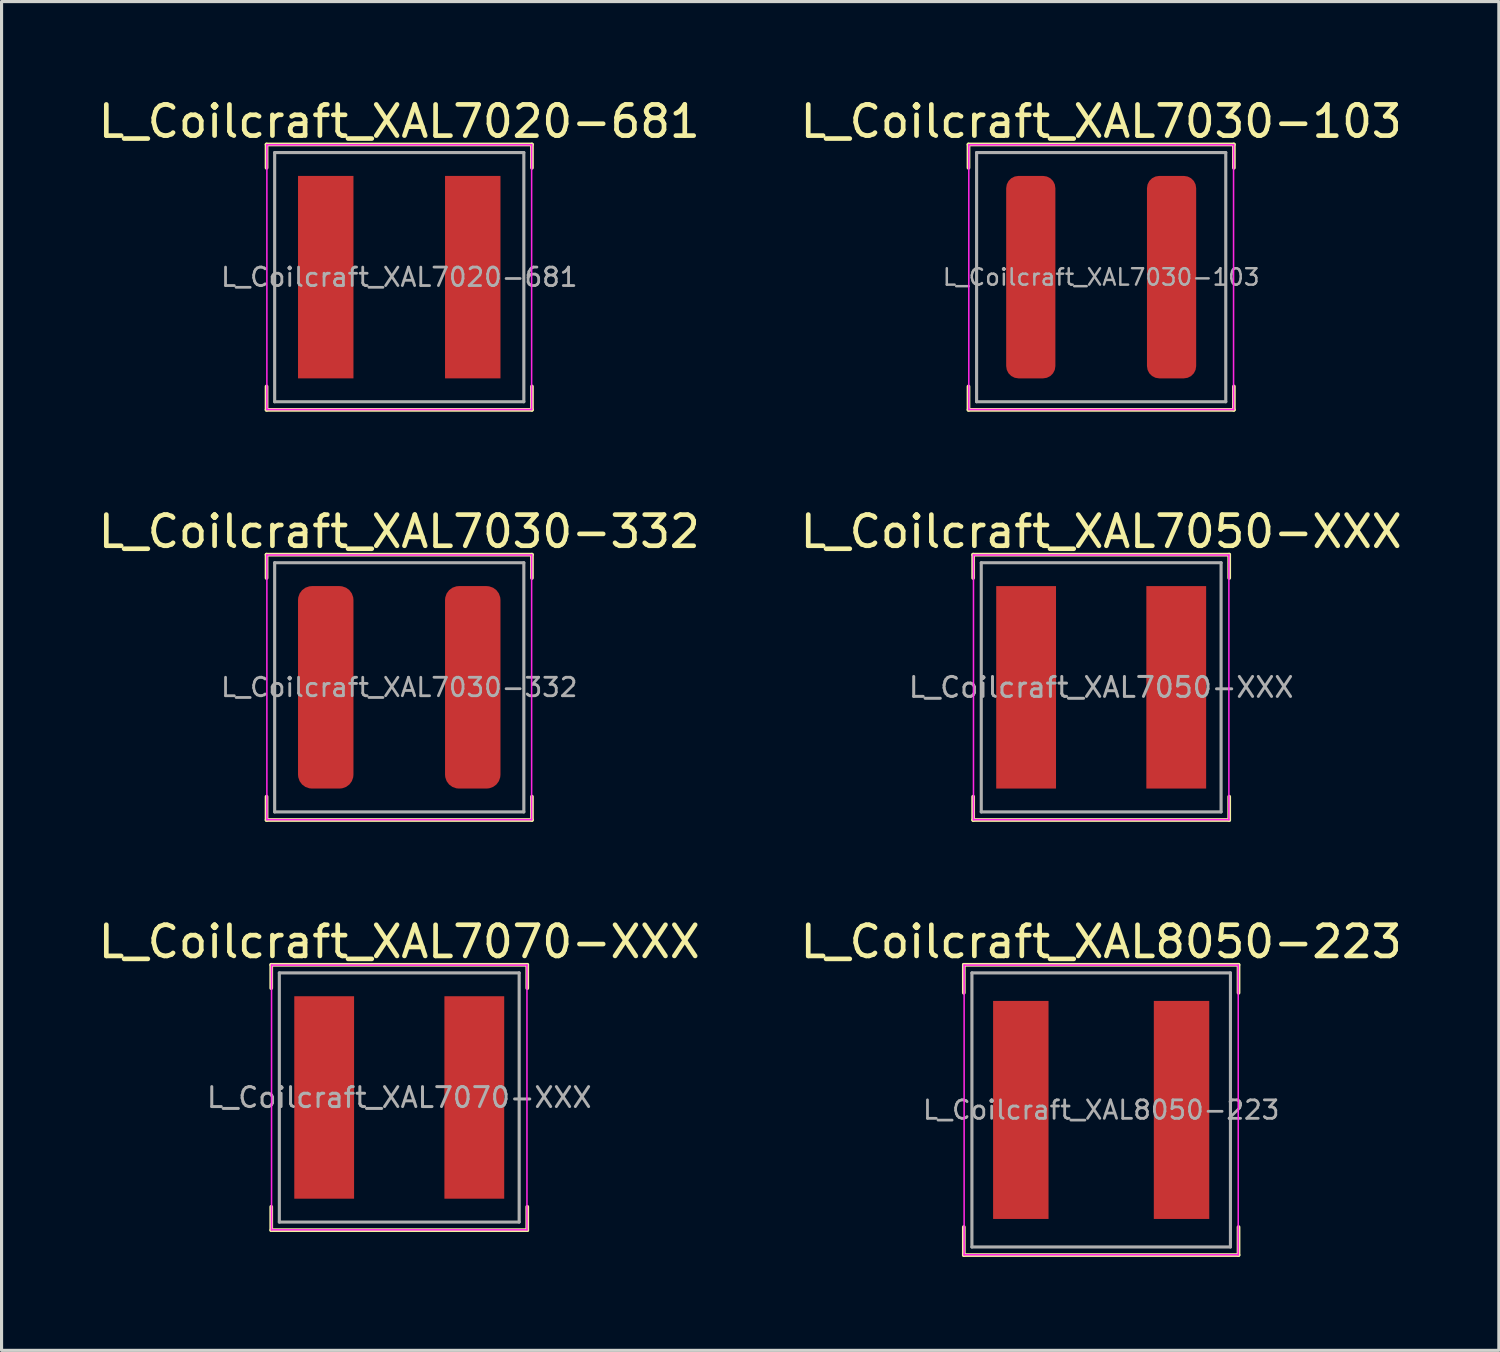
<source format=kicad_pcb>
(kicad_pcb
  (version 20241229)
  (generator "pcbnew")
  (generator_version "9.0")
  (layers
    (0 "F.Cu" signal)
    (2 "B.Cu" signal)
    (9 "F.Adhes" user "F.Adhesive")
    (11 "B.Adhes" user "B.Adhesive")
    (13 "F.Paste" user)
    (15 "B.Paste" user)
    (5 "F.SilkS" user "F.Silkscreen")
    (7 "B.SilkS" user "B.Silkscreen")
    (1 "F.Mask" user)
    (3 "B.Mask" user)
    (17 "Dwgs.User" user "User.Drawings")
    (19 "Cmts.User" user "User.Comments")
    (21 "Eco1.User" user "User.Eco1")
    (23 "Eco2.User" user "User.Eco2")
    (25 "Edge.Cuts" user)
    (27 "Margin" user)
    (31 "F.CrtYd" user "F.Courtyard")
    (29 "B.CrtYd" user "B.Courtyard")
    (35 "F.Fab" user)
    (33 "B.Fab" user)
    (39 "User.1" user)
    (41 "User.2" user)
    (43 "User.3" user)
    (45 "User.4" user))
  (footprint "L_Coilcraft_XAL7020-681"
    (layer "F.Cu")
    (at 9.768 5.848)
    (property "Reference" "L_Coilcraft_XAL7020-681" (at 0 -5 0) (layer "F.SilkS") (effects (font (size 1 1) (thickness 0.15))))
    (attr smd)
    (fp_line (start -4.26 -4.26) (end -4.26 -3.51) (stroke (width 0.12) (type solid)) (layer "F.SilkS"))
    (fp_line (start -4.26 -4.26) (end 4.26 -4.26) (stroke (width 0.12) (type solid)) (layer "F.SilkS"))
    (fp_line (start -4.26 4.26) (end -4.26 3.51) (stroke (width 0.12) (type solid)) (layer "F.SilkS"))
    (fp_line (start -4.26 4.26) (end 4.26 4.26) (stroke (width 0.12) (type solid)) (layer "F.SilkS"))
    (fp_line (start 4.26 -4.26) (end 4.26 -3.51) (stroke (width 0.12) (type solid)) (layer "F.SilkS"))
    (fp_line (start 4.26 4.26) (end 4.26 3.51) (stroke (width 0.12) (type solid)) (layer "F.SilkS"))
    (fp_line (start -4.25 -4.25) (end -4.25 4.25) (stroke (width 0.05) (type solid)) (layer "F.CrtYd"))
    (fp_line (start -4.25 4.25) (end 4.25 4.25) (stroke (width 0.05) (type solid)) (layer "F.CrtYd"))
    (fp_line (start 4.25 -4.25) (end -4.25 -4.25) (stroke (width 0.05) (type solid)) (layer "F.CrtYd"))
    (fp_line (start 4.25 4.25) (end 4.25 -4.25) (stroke (width 0.05) (type solid)) (layer "F.CrtYd"))
    (fp_line (start -4 -4) (end -4 4) (stroke (width 0.1) (type solid)) (layer "F.Fab"))
    (fp_line (start -4 4) (end 4 4) (stroke (width 0.1) (type solid)) (layer "F.Fab"))
    (fp_line (start 4 -4) (end -4 -4) (stroke (width 0.1) (type solid)) (layer "F.Fab"))
    (fp_line (start 4 4) (end 4 -4) (stroke (width 0.1) (type solid)) (layer "F.Fab"))
    (fp_text user "${REFERENCE}" (at 0 0 0) (layer "F.Fab") (effects (font (size 0.593 0.593) (thickness 0.089))))
    (pad "1" smd rect (at -2.36 0) (size 1.78 6.5) (layers "F.Cu" "F.Mask" "F.Paste"))
    (pad "2" smd rect (at 2.36 0) (size 1.78 6.5) (layers "F.Cu" "F.Mask" "F.Paste")))
  (footprint "L_Coilcraft_XAL8050-223"
    (layer "F.Cu")
    (at 32.304 32.585)
    (property "Reference" "L_Coilcraft_XAL8050-223" (at 0 -5.4 0) (layer "F.SilkS") (effects (font (size 1 1) (thickness 0.15))))
    (attr smd)
    (fp_line (start -4.41 -4.66) (end -4.41 -3.76) (stroke (width 0.12) (type solid)) (layer "F.SilkS"))
    (fp_line (start -4.41 -4.66) (end 4.41 -4.66) (stroke (width 0.12) (type solid)) (layer "F.SilkS"))
    (fp_line (start -4.41 4.66) (end -4.41 3.76) (stroke (width 0.12) (type solid)) (layer "F.SilkS"))
    (fp_line (start -4.41 4.66) (end 4.41 4.66) (stroke (width 0.12) (type solid)) (layer "F.SilkS"))
    (fp_line (start 4.41 -4.66) (end 4.41 -3.76) (stroke (width 0.12) (type solid)) (layer "F.SilkS"))
    (fp_line (start 4.41 4.66) (end 4.41 3.76) (stroke (width 0.12) (type solid)) (layer "F.SilkS"))
    (fp_line (start -4.4 -4.65) (end -4.4 4.65) (stroke (width 0.05) (type solid)) (layer "F.CrtYd"))
    (fp_line (start -4.4 4.65) (end 4.4 4.65) (stroke (width 0.05) (type solid)) (layer "F.CrtYd"))
    (fp_line (start 4.4 -4.65) (end -4.4 -4.65) (stroke (width 0.05) (type solid)) (layer "F.CrtYd"))
    (fp_line (start 4.4 4.65) (end 4.4 -4.65) (stroke (width 0.05) (type solid)) (layer "F.CrtYd"))
    (fp_line (start -4.15 -4.4) (end -4.15 4.4) (stroke (width 0.1) (type solid)) (layer "F.Fab"))
    (fp_line (start -4.15 4.4) (end 4.15 4.4) (stroke (width 0.1) (type solid)) (layer "F.Fab"))
    (fp_line (start 4.15 -4.4) (end -4.15 -4.4) (stroke (width 0.1) (type solid)) (layer "F.Fab"))
    (fp_line (start 4.15 4.4) (end 4.15 -4.4) (stroke (width 0.1) (type solid)) (layer "F.Fab"))
    (fp_text user "${REFERENCE}" (at 0 0 0) (layer "F.Fab") (effects (font (size 0.593 0.593) (thickness 0.089))))
    (pad "1" smd rect (at -2.58 0) (size 1.78 7) (layers "F.Cu" "F.Mask" "F.Paste"))
    (pad "2" smd rect (at 2.58 0) (size 1.78 7) (layers "F.Cu" "F.Mask" "F.Paste")))
  (footprint "L_Coilcraft_XAL7030-103"
    (layer "F.Cu")
    (at 32.304 5.848)
    (property "Reference" "L_Coilcraft_XAL7030-103" (at 0 -5 0) (layer "F.SilkS") (effects (font (size 1 1) (thickness 0.15))))
    (attr smd)
    (fp_line (start -4.26 -4.26) (end -4.26 -3.51) (stroke (width 0.12) (type solid)) (layer "F.SilkS"))
    (fp_line (start -4.26 -4.26) (end 4.26 -4.26) (stroke (width 0.12) (type solid)) (layer "F.SilkS"))
    (fp_line (start -4.26 4.26) (end -4.26 3.51) (stroke (width 0.12) (type solid)) (layer "F.SilkS"))
    (fp_line (start -4.26 4.26) (end 4.26 4.26) (stroke (width 0.12) (type solid)) (layer "F.SilkS"))
    (fp_line (start 4.26 -4.26) (end 4.26 -3.51) (stroke (width 0.12) (type solid)) (layer "F.SilkS"))
    (fp_line (start 4.26 4.26) (end 4.26 3.51) (stroke (width 0.12) (type solid)) (layer "F.SilkS"))
    (fp_line (start -4.25 -4.25) (end -4.25 4.25) (stroke (width 0.05) (type solid)) (layer "F.CrtYd"))
    (fp_line (start -4.25 4.25) (end 4.25 4.25) (stroke (width 0.05) (type solid)) (layer "F.CrtYd"))
    (fp_line (start 4.25 -4.25) (end -4.25 -4.25) (stroke (width 0.05) (type solid)) (layer "F.CrtYd"))
    (fp_line (start 4.25 4.25) (end 4.25 -4.25) (stroke (width 0.05) (type solid)) (layer "F.CrtYd"))
    (fp_line (start -4 -4) (end -4 4) (stroke (width 0.1) (type solid)) (layer "F.Fab"))
    (fp_line (start -4 4) (end 4 4) (stroke (width 0.1) (type solid)) (layer "F.Fab"))
    (fp_line (start 4 -4) (end -4 -4) (stroke (width 0.1) (type solid)) (layer "F.Fab"))
    (fp_line (start 4 4) (end 4 -4) (stroke (width 0.1) (type solid)) (layer "F.Fab"))
    (fp_text user "${REFERENCE}" (at 0 0 0) (layer "F.Fab") (effects (font (size 0.527 0.527) (thickness 0.079))))
    (pad "1" smd roundrect (at -2.26 0) (size 1.58 6.5) (layers "F.Cu" "F.Mask" "F.Paste") (roundrect_rratio 0.25))
    (pad "2" smd roundrect (at 2.26 0) (size 1.58 6.5) (layers "F.Cu" "F.Mask" "F.Paste") (roundrect_rratio 0.25)))
  (footprint "L_Coilcraft_XAL7030-332"
    (layer "F.Cu")
    (at 9.768 19.017)
    (property "Reference" "L_Coilcraft_XAL7030-332" (at 0 -5 0) (layer "F.SilkS") (effects (font (size 1 1) (thickness 0.15))))
    (attr smd)
    (fp_line (start -4.26 -4.26) (end -4.26 -3.51) (stroke (width 0.12) (type solid)) (layer "F.SilkS"))
    (fp_line (start -4.26 -4.26) (end 4.26 -4.26) (stroke (width 0.12) (type solid)) (layer "F.SilkS"))
    (fp_line (start -4.26 4.26) (end -4.26 3.51) (stroke (width 0.12) (type solid)) (layer "F.SilkS"))
    (fp_line (start -4.26 4.26) (end 4.26 4.26) (stroke (width 0.12) (type solid)) (layer "F.SilkS"))
    (fp_line (start 4.26 -4.26) (end 4.26 -3.51) (stroke (width 0.12) (type solid)) (layer "F.SilkS"))
    (fp_line (start 4.26 4.26) (end 4.26 3.51) (stroke (width 0.12) (type solid)) (layer "F.SilkS"))
    (fp_line (start -4.25 -4.25) (end -4.25 4.25) (stroke (width 0.05) (type solid)) (layer "F.CrtYd"))
    (fp_line (start -4.25 4.25) (end 4.25 4.25) (stroke (width 0.05) (type solid)) (layer "F.CrtYd"))
    (fp_line (start 4.25 -4.25) (end -4.25 -4.25) (stroke (width 0.05) (type solid)) (layer "F.CrtYd"))
    (fp_line (start 4.25 4.25) (end 4.25 -4.25) (stroke (width 0.05) (type solid)) (layer "F.CrtYd"))
    (fp_line (start -4 -4) (end -4 4) (stroke (width 0.1) (type solid)) (layer "F.Fab"))
    (fp_line (start -4 4) (end 4 4) (stroke (width 0.1) (type solid)) (layer "F.Fab"))
    (fp_line (start 4 -4) (end -4 -4) (stroke (width 0.1) (type solid)) (layer "F.Fab"))
    (fp_line (start 4 4) (end 4 -4) (stroke (width 0.1) (type solid)) (layer "F.Fab"))
    (fp_text user "${REFERENCE}" (at 0 0 0) (layer "F.Fab") (effects (font (size 0.593 0.593) (thickness 0.089))))
    (pad "1" smd roundrect (at -2.36 0) (size 1.78 6.5) (layers "F.Cu" "F.Mask" "F.Paste") (roundrect_rratio 0.25))
    (pad "2" smd roundrect (at 2.36 0) (size 1.78 6.5) (layers "F.Cu" "F.Mask" "F.Paste") (roundrect_rratio 0.25)))
  (footprint "L_Coilcraft_XAL7050-XXX"
    (layer "F.Cu")
    (at 32.304 19.017)
    (property "Reference" "L_Coilcraft_XAL7050-XXX" (at 0 -5 0) (layer "F.SilkS") (effects (font (size 1 1) (thickness 0.15))))
    (attr smd)
    (fp_line (start -4.11 -4.26) (end -4.11 -3.51) (stroke (width 0.12) (type solid)) (layer "F.SilkS"))
    (fp_line (start -4.11 -4.26) (end 4.11 -4.26) (stroke (width 0.12) (type solid)) (layer "F.SilkS"))
    (fp_line (start -4.11 4.26) (end -4.11 3.51) (stroke (width 0.12) (type solid)) (layer "F.SilkS"))
    (fp_line (start -4.11 4.26) (end 4.11 4.26) (stroke (width 0.12) (type solid)) (layer "F.SilkS"))
    (fp_line (start 4.11 -4.26) (end 4.11 -3.51) (stroke (width 0.12) (type solid)) (layer "F.SilkS"))
    (fp_line (start 4.11 4.26) (end 4.11 3.51) (stroke (width 0.12) (type solid)) (layer "F.SilkS"))
    (fp_line (start -4.1 -4.25) (end -4.1 4.25) (stroke (width 0.05) (type solid)) (layer "F.CrtYd"))
    (fp_line (start -4.1 4.25) (end 4.1 4.25) (stroke (width 0.05) (type solid)) (layer "F.CrtYd"))
    (fp_line (start 4.1 -4.25) (end -4.1 -4.25) (stroke (width 0.05) (type solid)) (layer "F.CrtYd"))
    (fp_line (start 4.1 4.25) (end 4.1 -4.25) (stroke (width 0.05) (type solid)) (layer "F.CrtYd"))
    (fp_line (start -3.85 -4) (end -3.85 4) (stroke (width 0.1) (type solid)) (layer "F.Fab"))
    (fp_line (start -3.85 4) (end 3.85 4) (stroke (width 0.1) (type solid)) (layer "F.Fab"))
    (fp_line (start 3.85 -4) (end -3.85 -4) (stroke (width 0.1) (type solid)) (layer "F.Fab"))
    (fp_line (start 3.85 4) (end 3.85 -4) (stroke (width 0.1) (type solid)) (layer "F.Fab"))
    (fp_text user "${REFERENCE}" (at 0 0 0) (layer "F.Fab") (effects (font (size 0.64 0.64) (thickness 0.096))))
    (pad "1" smd rect (at -2.41 0) (size 1.92 6.5) (layers "F.Cu" "F.Mask" "F.Paste"))
    (pad "2" smd rect (at 2.41 0) (size 1.92 6.5) (layers "F.Cu" "F.Mask" "F.Paste")))
  (footprint "L_Coilcraft_XAL7070-XXX"
    (layer "F.Cu")
    (at 9.768 32.185)
    (property "Reference" "L_Coilcraft_XAL7070-XXX" (at 0 -5 0) (layer "F.SilkS") (effects (font (size 1 1) (thickness 0.15))))
    (attr smd)
    (fp_line (start -4.11 -4.26) (end -4.11 -3.51) (stroke (width 0.12) (type solid)) (layer "F.SilkS"))
    (fp_line (start -4.11 -4.26) (end 4.11 -4.26) (stroke (width 0.12) (type solid)) (layer "F.SilkS"))
    (fp_line (start -4.11 4.26) (end -4.11 3.51) (stroke (width 0.12) (type solid)) (layer "F.SilkS"))
    (fp_line (start -4.11 4.26) (end 4.11 4.26) (stroke (width 0.12) (type solid)) (layer "F.SilkS"))
    (fp_line (start 4.11 -4.26) (end 4.11 -3.51) (stroke (width 0.12) (type solid)) (layer "F.SilkS"))
    (fp_line (start 4.11 4.26) (end 4.11 3.51) (stroke (width 0.12) (type solid)) (layer "F.SilkS"))
    (fp_line (start -4.1 -4.25) (end -4.1 4.25) (stroke (width 0.05) (type solid)) (layer "F.CrtYd"))
    (fp_line (start -4.1 4.25) (end 4.1 4.25) (stroke (width 0.05) (type solid)) (layer "F.CrtYd"))
    (fp_line (start 4.1 -4.25) (end -4.1 -4.25) (stroke (width 0.05) (type solid)) (layer "F.CrtYd"))
    (fp_line (start 4.1 4.25) (end 4.1 -4.25) (stroke (width 0.05) (type solid)) (layer "F.CrtYd"))
    (fp_line (start -3.85 -4) (end -3.85 4) (stroke (width 0.1) (type solid)) (layer "F.Fab"))
    (fp_line (start -3.85 4) (end 3.85 4) (stroke (width 0.1) (type solid)) (layer "F.Fab"))
    (fp_line (start 3.85 -4) (end -3.85 -4) (stroke (width 0.1) (type solid)) (layer "F.Fab"))
    (fp_line (start 3.85 4) (end 3.85 -4) (stroke (width 0.1) (type solid)) (layer "F.Fab"))
    (fp_text user "${REFERENCE}" (at 0 0 0) (layer "F.Fab") (effects (font (size 0.64 0.64) (thickness 0.096))))
    (pad "1" smd rect (at -2.41 0) (size 1.92 6.5) (layers "F.Cu" "F.Mask" "F.Paste"))
    (pad "2" smd rect (at 2.41 0) (size 1.92 6.5) (layers "F.Cu" "F.Mask" "F.Paste")))
  (gr_rect
    (start -3 -3)
    (end 45.071 40.305)
    (stroke (width 0.1) (type default))
    (fill no)
    (layer "Edge.Cuts")))
</source>
